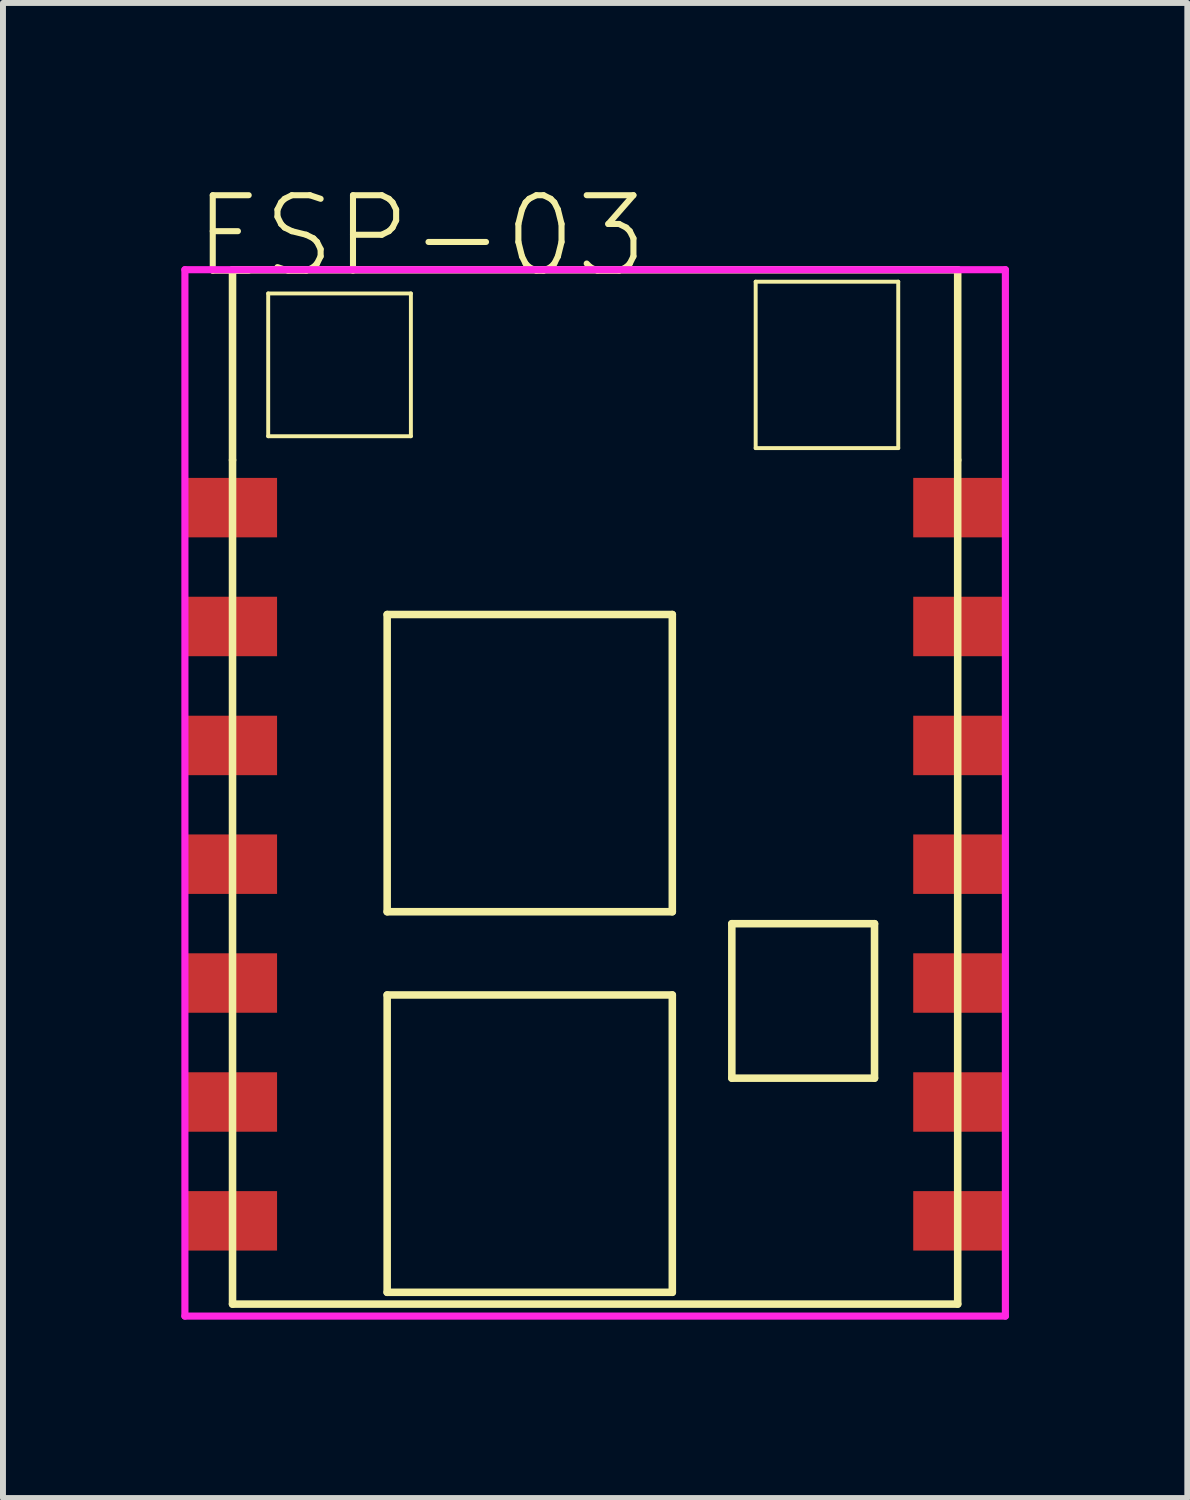
<source format=kicad_pcb>
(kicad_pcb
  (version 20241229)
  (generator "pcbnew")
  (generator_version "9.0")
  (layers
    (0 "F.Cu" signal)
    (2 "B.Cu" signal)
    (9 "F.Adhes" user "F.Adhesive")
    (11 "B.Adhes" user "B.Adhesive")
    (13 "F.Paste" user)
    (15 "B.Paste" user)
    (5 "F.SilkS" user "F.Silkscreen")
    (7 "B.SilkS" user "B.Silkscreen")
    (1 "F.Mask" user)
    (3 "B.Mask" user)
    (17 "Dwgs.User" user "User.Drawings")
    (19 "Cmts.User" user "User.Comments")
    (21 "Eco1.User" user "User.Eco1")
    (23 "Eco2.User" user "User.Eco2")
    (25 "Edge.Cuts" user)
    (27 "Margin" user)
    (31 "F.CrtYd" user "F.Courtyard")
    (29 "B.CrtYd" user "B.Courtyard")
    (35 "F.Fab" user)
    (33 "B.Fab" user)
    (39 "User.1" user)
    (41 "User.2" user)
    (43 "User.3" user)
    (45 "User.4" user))
  (footprint "ESP-03"
    (layer "F.Cu")
    (at 0.86 5.286)
    (property "Reference" "ESP-03" (at 3.176 -4.365 0) (layer "F.SilkS") (effects (font (size 1.27 1.27) (thickness 0.102))))
    (attr smd)
    (fp_line (start 0.001 -3.799) (end 0.001 -0.598) (stroke (width 0.127) (type solid)) (layer "F.SilkS"))
    (fp_line (start 0.001 -3.799) (end 12.198 -3.799) (stroke (width 0.127) (type solid)) (layer "F.SilkS"))
    (fp_line (start 0.001 -0.598) (end 0.001 13.598) (stroke (width 0.127) (type solid)) (layer "F.SilkS"))
    (fp_line (start 0.001 13.598) (end 12.198 13.598) (stroke (width 0.127) (type solid)) (layer "F.SilkS"))
    (fp_line (start 0.601 -3.4) (end 3.001 -3.4) (stroke (width 0.066) (type solid)) (layer "F.SilkS"))
    (fp_line (start 0.601 -0.999) (end 0.601 -3.4) (stroke (width 0.066) (type solid)) (layer "F.SilkS"))
    (fp_line (start 0.601 -0.999) (end 3.001 -0.999) (stroke (width 0.066) (type solid)) (layer "F.SilkS"))
    (fp_line (start 2.602 2) (end 2.602 6.999) (stroke (width 0.127) (type solid)) (layer "F.SilkS"))
    (fp_line (start 2.602 6.999) (end 7.398 6.999) (stroke (width 0.127) (type solid)) (layer "F.SilkS"))
    (fp_line (start 2.602 8.399) (end 2.602 13.4) (stroke (width 0.127) (type solid)) (layer "F.SilkS"))
    (fp_line (start 2.602 13.4) (end 7.398 13.4) (stroke (width 0.127) (type solid)) (layer "F.SilkS"))
    (fp_line (start 3.001 -0.999) (end 3.001 -3.4) (stroke (width 0.066) (type solid)) (layer "F.SilkS"))
    (fp_line (start 7.398 2) (end 2.602 2) (stroke (width 0.127) (type solid)) (layer "F.SilkS"))
    (fp_line (start 7.398 6.999) (end 7.398 2) (stroke (width 0.127) (type solid)) (layer "F.SilkS"))
    (fp_line (start 7.398 8.399) (end 2.602 8.399) (stroke (width 0.127) (type solid)) (layer "F.SilkS"))
    (fp_line (start 7.398 13.4) (end 7.398 8.399) (stroke (width 0.127) (type solid)) (layer "F.SilkS"))
    (fp_line (start 8.399 7.2) (end 8.399 9.798) (stroke (width 0.127) (type solid)) (layer "F.SilkS"))
    (fp_line (start 8.399 9.798) (end 10.799 9.798) (stroke (width 0.127) (type solid)) (layer "F.SilkS"))
    (fp_line (start 8.8 -3.598) (end 11.198 -3.598) (stroke (width 0.066) (type solid)) (layer "F.SilkS"))
    (fp_line (start 8.8 -0.799) (end 8.8 -3.598) (stroke (width 0.066) (type solid)) (layer "F.SilkS"))
    (fp_line (start 8.8 -0.799) (end 11.198 -0.799) (stroke (width 0.066) (type solid)) (layer "F.SilkS"))
    (fp_line (start 10.799 7.2) (end 8.399 7.2) (stroke (width 0.127) (type solid)) (layer "F.SilkS"))
    (fp_line (start 10.799 9.798) (end 10.799 7.2) (stroke (width 0.127) (type solid)) (layer "F.SilkS"))
    (fp_line (start 11.198 -0.799) (end 11.198 -3.598) (stroke (width 0.066) (type solid)) (layer "F.SilkS"))
    (fp_line (start 12.198 -3.799) (end 12.198 -0.598) (stroke (width 0.127) (type solid)) (layer "F.SilkS"))
    (fp_line (start 12.198 -0.598) (end 12.198 13.598) (stroke (width 0.127) (type solid)) (layer "F.SilkS"))
    (fp_line (start -0.8 -3.8) (end 13 -3.8) (stroke (width 0.12) (type solid)) (layer "F.CrtYd"))
    (fp_line (start -0.8 13.8) (end -0.8 -3.8) (stroke (width 0.12) (type solid)) (layer "F.CrtYd"))
    (fp_line (start 13 -3.8) (end 13 13.8) (stroke (width 0.12) (type solid)) (layer "F.CrtYd"))
    (fp_line (start 13 13.8) (end -0.8 13.8) (stroke (width 0.12) (type solid)) (layer "F.CrtYd"))
    (pad "1" smd rect (at 12.2 12.198) (size 1.5 1) (layers "F.Cu" "F.Mask" "F.Paste"))
    (pad "2" smd rect (at 12.2 10.199) (size 1.5 1) (layers "F.Cu" "F.Mask" "F.Paste"))
    (pad "3" smd rect (at 12.2 8.198) (size 1.5 1) (layers "F.Cu" "F.Mask" "F.Paste"))
    (pad "4" smd rect (at 12.2 6.199) (size 1.5 1) (layers "F.Cu" "F.Mask" "F.Paste"))
    (pad "5" smd rect (at 12.2 4.202) (size 1.5 1) (layers "F.Cu" "F.Mask" "F.Paste"))
    (pad "6" smd rect (at 12.2 2.201) (size 1.5 1) (layers "F.Cu" "F.Mask" "F.Paste"))
    (pad "7" smd rect (at 12.2 0.202) (size 1.5 1) (layers "F.Cu" "F.Mask" "F.Paste"))
    (pad "8" smd rect (at 0 0.202) (size 1.5 1) (layers "F.Cu" "F.Mask" "F.Paste"))
    (pad "9" smd rect (at 0 2.201) (size 1.5 1) (layers "F.Cu" "F.Mask" "F.Paste"))
    (pad "10" smd rect (at 0 4.202) (size 1.5 1) (layers "F.Cu" "F.Mask" "F.Paste"))
    (pad "11" smd rect (at 0 6.199) (size 1.5 1) (layers "F.Cu" "F.Mask" "F.Paste"))
    (pad "12" smd rect (at 0 8.198) (size 1.5 1) (layers "F.Cu" "F.Mask" "F.Paste"))
    (pad "13" smd rect (at 0 10.199) (size 1.5 1) (layers "F.Cu" "F.Mask" "F.Paste"))
    (pad "14" smd rect (at 0 12.198) (size 1.5 1) (layers "F.Cu" "F.Mask" "F.Paste")))
  (gr_rect
    (start -3 -3)
    (end 16.92 22.146)
    (stroke (width 0.1) (type default))
    (fill no)
    (layer "Edge.Cuts")))
</source>
